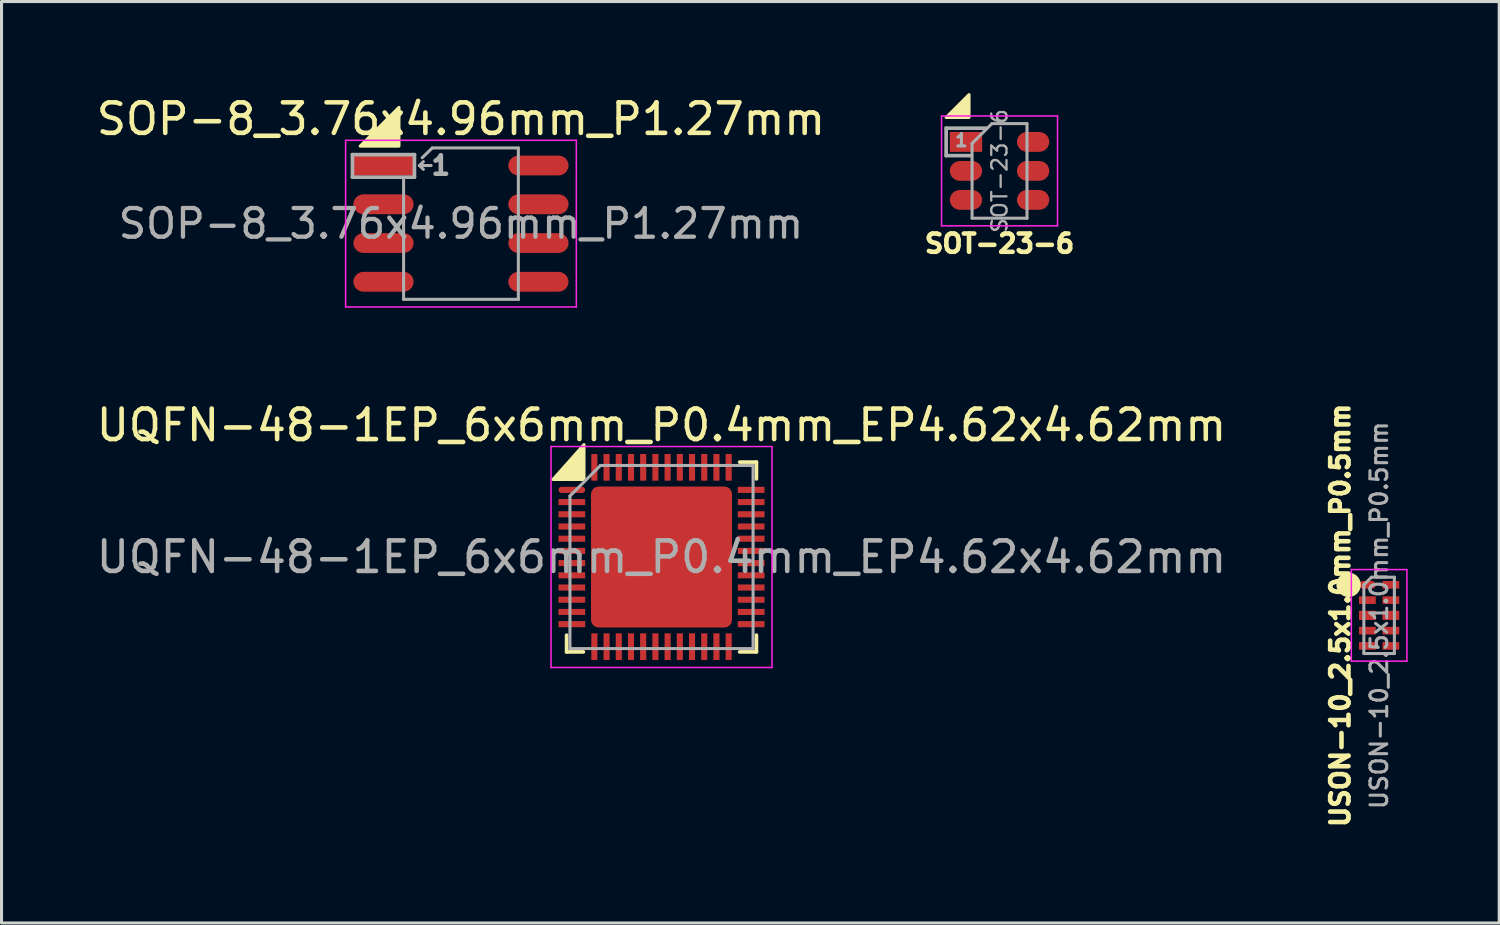
<source format=kicad_pcb>
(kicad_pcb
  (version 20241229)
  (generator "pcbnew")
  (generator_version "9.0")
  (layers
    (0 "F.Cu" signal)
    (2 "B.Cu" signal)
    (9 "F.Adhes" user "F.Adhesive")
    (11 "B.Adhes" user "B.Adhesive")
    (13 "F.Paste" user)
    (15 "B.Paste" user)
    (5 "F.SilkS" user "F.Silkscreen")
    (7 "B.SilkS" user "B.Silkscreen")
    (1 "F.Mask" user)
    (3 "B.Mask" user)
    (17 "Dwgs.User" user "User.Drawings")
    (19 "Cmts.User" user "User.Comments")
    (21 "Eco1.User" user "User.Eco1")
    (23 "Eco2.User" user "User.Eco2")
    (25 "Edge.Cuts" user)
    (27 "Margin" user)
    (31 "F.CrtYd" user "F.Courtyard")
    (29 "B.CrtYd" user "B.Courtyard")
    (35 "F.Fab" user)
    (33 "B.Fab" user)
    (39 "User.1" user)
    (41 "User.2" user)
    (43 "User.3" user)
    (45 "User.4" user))
  (footprint "UQFN-48-1EP_6x6mm_P0.4mm_EP4.62x4.62mm"
    (layer "F.Cu")
    (at 18.625 15.201)
    (property "Reference" "UQFN-48-1EP_6x6mm_P0.4mm_EP4.62x4.62mm" (at 0 -4.32 0) (layer "F.SilkS") (effects (font (size 1 1) (thickness 0.15))))
    (attr smd)
    (fp_line (start -3.11 3.11) (end -3.11 2.56) (stroke (width 0.12) (type solid)) (layer "F.SilkS"))
    (fp_line (start -2.56 3.11) (end -3.11 3.11) (stroke (width 0.12) (type solid)) (layer "F.SilkS"))
    (fp_line (start 2.56 -3.11) (end 3.11 -3.11) (stroke (width 0.12) (type solid)) (layer "F.SilkS"))
    (fp_line (start 2.56 3.11) (end 3.11 3.11) (stroke (width 0.12) (type solid)) (layer "F.SilkS"))
    (fp_line (start 3.11 -3.11) (end 3.11 -2.56) (stroke (width 0.12) (type solid)) (layer "F.SilkS"))
    (fp_line (start 3.11 3.11) (end 3.11 2.56) (stroke (width 0.12) (type solid)) (layer "F.SilkS"))
    (fp_poly (pts (xy -3.556 -2.54) (xy -2.54 -2.54) (xy -2.54 -3.683)) (stroke (width 0.1) (type solid)) (fill yes) (layer "F.SilkS"))
    (fp_line (start -3.62 -3.62) (end -3.62 3.62) (stroke (width 0.05) (type solid)) (layer "F.CrtYd"))
    (fp_line (start -3.62 3.62) (end 3.62 3.62) (stroke (width 0.05) (type solid)) (layer "F.CrtYd"))
    (fp_line (start 3.62 -3.62) (end -3.62 -3.62) (stroke (width 0.05) (type solid)) (layer "F.CrtYd"))
    (fp_line (start 3.62 3.62) (end 3.62 -3.62) (stroke (width 0.05) (type solid)) (layer "F.CrtYd"))
    (fp_line (start -3 -2) (end -2 -3) (stroke (width 0.1) (type solid)) (layer "F.Fab"))
    (fp_line (start -3 3) (end -3 -2) (stroke (width 0.1) (type solid)) (layer "F.Fab"))
    (fp_line (start -2 -3) (end 3 -3) (stroke (width 0.1) (type solid)) (layer "F.Fab"))
    (fp_line (start 3 -3) (end 3 3) (stroke (width 0.1) (type solid)) (layer "F.Fab"))
    (fp_line (start 3 3) (end -3 3) (stroke (width 0.1) (type solid)) (layer "F.Fab"))
    (fp_text user "${REFERENCE}" (at 0 0 0) (layer "F.Fab") (effects (font (size 1 1) (thickness 0.15))))
    (pad "" smd roundrect (at -1.155 -1.155) (size 1.86 1.86) (layers "F.Paste") (roundrect_rratio 0.134))
    (pad "" smd roundrect (at -1.155 1.155) (size 1.86 1.86) (layers "F.Paste") (roundrect_rratio 0.134))
    (pad "" smd roundrect (at 1.155 -1.155) (size 1.86 1.86) (layers "F.Paste") (roundrect_rratio 0.134))
    (pad "" smd roundrect (at 1.155 1.155) (size 1.86 1.86) (layers "F.Paste") (roundrect_rratio 0.134))
    (pad "1" smd roundrect (at -2.938 -2.2) (size 0.875 0.2) (layers "F.Cu" "F.Mask" "F.Paste") (roundrect_rratio 0.5))
    (pad "2" smd rect (at -2.938 -1.8) (size 0.875 0.2) (layers "F.Cu" "F.Mask" "F.Paste"))
    (pad "3" smd rect (at -2.938 -1.4) (size 0.875 0.2) (layers "F.Cu" "F.Mask" "F.Paste"))
    (pad "4" smd rect (at -2.938 -1) (size 0.875 0.2) (layers "F.Cu" "F.Mask" "F.Paste"))
    (pad "5" smd rect (at -2.938 -0.6) (size 0.875 0.2) (layers "F.Cu" "F.Mask" "F.Paste"))
    (pad "6" smd rect (at -2.938 -0.2) (size 0.875 0.2) (layers "F.Cu" "F.Mask" "F.Paste"))
    (pad "7" smd rect (at -2.938 0.2) (size 0.875 0.2) (layers "F.Cu" "F.Mask" "F.Paste"))
    (pad "8" smd rect (at -2.938 0.6) (size 0.875 0.2) (layers "F.Cu" "F.Mask" "F.Paste"))
    (pad "9" smd rect (at -2.938 1) (size 0.875 0.2) (layers "F.Cu" "F.Mask" "F.Paste"))
    (pad "10" smd rect (at -2.938 1.4) (size 0.875 0.2) (layers "F.Cu" "F.Mask" "F.Paste"))
    (pad "11" smd rect (at -2.938 1.8) (size 0.875 0.2) (layers "F.Cu" "F.Mask" "F.Paste"))
    (pad "12" smd rect (at -2.938 2.2) (size 0.875 0.2) (layers "F.Cu" "F.Mask" "F.Paste"))
    (pad "13" smd rect (at -2.2 2.938) (size 0.2 0.875) (layers "F.Cu" "F.Mask" "F.Paste"))
    (pad "14" smd rect (at -1.8 2.938) (size 0.2 0.875) (layers "F.Cu" "F.Mask" "F.Paste"))
    (pad "15" smd rect (at -1.4 2.938) (size 0.2 0.875) (layers "F.Cu" "F.Mask" "F.Paste"))
    (pad "16" smd rect (at -1 2.938) (size 0.2 0.875) (layers "F.Cu" "F.Mask" "F.Paste"))
    (pad "17" smd rect (at -0.6 2.938) (size 0.2 0.875) (layers "F.Cu" "F.Mask" "F.Paste"))
    (pad "18" smd rect (at -0.2 2.938) (size 0.2 0.875) (layers "F.Cu" "F.Mask" "F.Paste"))
    (pad "19" smd rect (at 0.2 2.938) (size 0.2 0.875) (layers "F.Cu" "F.Mask" "F.Paste"))
    (pad "20" smd rect (at 0.6 2.938) (size 0.2 0.875) (layers "F.Cu" "F.Mask" "F.Paste"))
    (pad "21" smd rect (at 1 2.938) (size 0.2 0.875) (layers "F.Cu" "F.Mask" "F.Paste"))
    (pad "22" smd rect (at 1.4 2.938) (size 0.2 0.875) (layers "F.Cu" "F.Mask" "F.Paste"))
    (pad "23" smd rect (at 1.8 2.938) (size 0.2 0.875) (layers "F.Cu" "F.Mask" "F.Paste"))
    (pad "24" smd rect (at 2.2 2.938) (size 0.2 0.875) (layers "F.Cu" "F.Mask" "F.Paste"))
    (pad "25" smd rect (at 2.938 2.2) (size 0.875 0.2) (layers "F.Cu" "F.Mask" "F.Paste"))
    (pad "26" smd rect (at 2.938 1.8) (size 0.875 0.2) (layers "F.Cu" "F.Mask" "F.Paste"))
    (pad "27" smd rect (at 2.938 1.4) (size 0.875 0.2) (layers "F.Cu" "F.Mask" "F.Paste"))
    (pad "28" smd rect (at 2.938 1) (size 0.875 0.2) (layers "F.Cu" "F.Mask" "F.Paste"))
    (pad "29" smd rect (at 2.938 0.6) (size 0.875 0.2) (layers "F.Cu" "F.Mask" "F.Paste"))
    (pad "30" smd rect (at 2.938 0.2) (size 0.875 0.2) (layers "F.Cu" "F.Mask" "F.Paste"))
    (pad "31" smd rect (at 2.938 -0.2) (size 0.875 0.2) (layers "F.Cu" "F.Mask" "F.Paste"))
    (pad "32" smd rect (at 2.938 -0.6) (size 0.875 0.2) (layers "F.Cu" "F.Mask" "F.Paste"))
    (pad "33" smd rect (at 2.938 -1) (size 0.875 0.2) (layers "F.Cu" "F.Mask" "F.Paste"))
    (pad "34" smd rect (at 2.938 -1.4) (size 0.875 0.2) (layers "F.Cu" "F.Mask" "F.Paste"))
    (pad "35" smd rect (at 2.938 -1.8) (size 0.875 0.2) (layers "F.Cu" "F.Mask" "F.Paste"))
    (pad "36" smd rect (at 2.938 -2.2) (size 0.875 0.2) (layers "F.Cu" "F.Mask" "F.Paste"))
    (pad "37" smd rect (at 2.2 -2.938) (size 0.2 0.875) (layers "F.Cu" "F.Mask" "F.Paste"))
    (pad "38" smd rect (at 1.8 -2.938) (size 0.2 0.875) (layers "F.Cu" "F.Mask" "F.Paste"))
    (pad "39" smd rect (at 1.4 -2.938) (size 0.2 0.875) (layers "F.Cu" "F.Mask" "F.Paste"))
    (pad "40" smd rect (at 1 -2.938) (size 0.2 0.875) (layers "F.Cu" "F.Mask" "F.Paste"))
    (pad "41" smd rect (at 0.6 -2.938) (size 0.2 0.875) (layers "F.Cu" "F.Mask" "F.Paste"))
    (pad "42" smd rect (at 0.2 -2.938) (size 0.2 0.875) (layers "F.Cu" "F.Mask" "F.Paste"))
    (pad "43" smd rect (at -0.2 -2.938) (size 0.2 0.875) (layers "F.Cu" "F.Mask" "F.Paste"))
    (pad "44" smd rect (at -0.6 -2.938) (size 0.2 0.875) (layers "F.Cu" "F.Mask" "F.Paste"))
    (pad "45" smd rect (at -1 -2.938) (size 0.2 0.875) (layers "F.Cu" "F.Mask" "F.Paste"))
    (pad "46" smd rect (at -1.4 -2.938) (size 0.2 0.875) (layers "F.Cu" "F.Mask" "F.Paste"))
    (pad "47" smd rect (at -1.8 -2.938) (size 0.2 0.875) (layers "F.Cu" "F.Mask" "F.Paste"))
    (pad "48" smd rect (at -2.2 -2.938) (size 0.2 0.875) (layers "F.Cu" "F.Mask" "F.Paste"))
    (pad "49" smd roundrect (at 0 0) (size 4.62 4.62) (layers "F.Cu" "F.Mask") (roundrect_rratio 0.054)))
  (footprint "SOT-23-6"
    (layer "F.Cu")
    (at 29.701 2.55)
    (property "Reference" "SOT-23-6" (at 0 2.381 0) (layer "F.SilkS") (effects (font (size 0.6 0.6) (thickness 0.15))))
    (attr smd)
    (fp_poly (pts (xy -1.75 -1.75) (xy -1 -1.75) (xy -1 -2.5)) (stroke (width 0.1) (type solid)) (fill yes) (layer "F.SilkS"))
    (fp_line (start -1.9 -1.8) (end -1.9 1.8) (stroke (width 0.05) (type solid)) (layer "F.CrtYd"))
    (fp_line (start -1.9 1.8) (end 1.9 1.8) (stroke (width 0.05) (type solid)) (layer "F.CrtYd"))
    (fp_line (start 1.9 -1.8) (end -1.9 -1.8) (stroke (width 0.05) (type solid)) (layer "F.CrtYd"))
    (fp_line (start 1.9 1.8) (end 1.9 -1.8) (stroke (width 0.05) (type solid)) (layer "F.CrtYd"))
    (fp_line (start -1.75 -1.4) (end -1.75 -0.5) (stroke (width 0.12) (type solid)) (layer "F.Fab"))
    (fp_line (start -1.75 -0.5) (end -0.925 -0.5) (stroke (width 0.12) (type solid)) (layer "F.Fab"))
    (fp_line (start -0.9 -0.9) (end -0.9 1.55) (stroke (width 0.1) (type solid)) (layer "F.Fab"))
    (fp_line (start -0.9 -0.9) (end -0.25 -1.55) (stroke (width 0.1) (type solid)) (layer "F.Fab"))
    (fp_line (start -0.425 -1.4) (end -1.75 -1.4) (stroke (width 0.12) (type solid)) (layer "F.Fab"))
    (fp_line (start 0.9 -1.55) (end -0.25 -1.55) (stroke (width 0.1) (type solid)) (layer "F.Fab"))
    (fp_line (start 0.9 -1.55) (end 0.9 1.55) (stroke (width 0.1) (type solid)) (layer "F.Fab"))
    (fp_line (start 0.9 1.55) (end -0.9 1.55) (stroke (width 0.1) (type solid)) (layer "F.Fab"))
    (fp_text user "1" (at -1.25 -1 180) (layer "F.Fab") (effects (font (size 0.4 0.4) (thickness 0.1))))
    (fp_text user "${REFERENCE}" (at 0 0 90) (layer "F.Fab") (effects (font (size 0.5 0.5) (thickness 0.075))))
    (pad "1" smd rect (at -1.1 -0.95) (size 1.06 0.65) (layers "F.Cu" "F.Mask" "F.Paste"))
    (pad "2" smd roundrect (at -1.1 0) (size 1.06 0.65) (layers "F.Cu" "F.Mask" "F.Paste") (roundrect_rratio 0.5))
    (pad "3" smd roundrect (at -1.1 0.95) (size 1.06 0.65) (layers "F.Cu" "F.Mask" "F.Paste") (roundrect_rratio 0.5))
    (pad "4" smd roundrect (at 1.1 0.95) (size 1.06 0.65) (layers "F.Cu" "F.Mask" "F.Paste") (roundrect_rratio 0.5))
    (pad "5" smd roundrect (at 1.1 0) (size 1.06 0.65) (layers "F.Cu" "F.Mask" "F.Paste") (roundrect_rratio 0.5))
    (pad "6" smd roundrect (at 1.1 -0.95) (size 1.06 0.65) (layers "F.Cu" "F.Mask" "F.Paste") (roundrect_rratio 0.5)))
  (footprint "SOP-8_3.76x4.96mm_P1.27mm"
    (layer "F.Cu")
    (at 12.054 4.278)
    (property "Reference" "SOP-8_3.76x4.96mm_P1.27mm" (at 0 -3.43 0) (layer "F.SilkS") (effects (font (size 1 1) (thickness 0.15))))
    (attr smd)
    (fp_poly (pts (xy -3.302 -2.54) (xy -2.032 -2.54) (xy -2.032 -3.81)) (stroke (width 0.1) (type solid)) (fill yes) (layer "F.SilkS"))
    (fp_line (start -3.78 -2.73) (end -3.78 2.73) (stroke (width 0.05) (type solid)) (layer "F.CrtYd"))
    (fp_line (start -3.78 2.73) (end 3.78 2.73) (stroke (width 0.05) (type solid)) (layer "F.CrtYd"))
    (fp_line (start 3.78 -2.73) (end -3.78 -2.73) (stroke (width 0.05) (type solid)) (layer "F.CrtYd"))
    (fp_line (start 3.78 2.73) (end 3.78 -2.73) (stroke (width 0.05) (type solid)) (layer "F.CrtYd"))
    (fp_line (start -3.556 -2.261) (end -1.524 -2.261) (stroke (width 0.12) (type solid)) (layer "F.Fab"))
    (fp_line (start -3.556 -1.524) (end -3.556 -2.261) (stroke (width 0.12) (type solid)) (layer "F.Fab"))
    (fp_line (start -1.88 2.48) (end -1.88 -1.499) (stroke (width 0.1) (type solid)) (layer "F.Fab"))
    (fp_line (start -1.524 -2.261) (end -1.524 -1.524) (stroke (width 0.12) (type solid)) (layer "F.Fab"))
    (fp_line (start -1.524 -1.524) (end -3.556 -1.524) (stroke (width 0.12) (type solid)) (layer "F.Fab"))
    (fp_line (start -1.359 -1.905) (end -1.232 -2.032) (stroke (width 0.1) (type solid)) (layer "F.Fab"))
    (fp_line (start -1.359 -1.905) (end -1.232 -1.778) (stroke (width 0.1) (type solid)) (layer "F.Fab"))
    (fp_line (start -1.27 -2.159) (end -0.94 -2.48) (stroke (width 0.1) (type solid)) (layer "F.Fab"))
    (fp_line (start -0.978 -1.905) (end -1.359 -1.905) (stroke (width 0.1) (type solid)) (layer "F.Fab"))
    (fp_line (start -0.94 -2.48) (end 1.88 -2.48) (stroke (width 0.1) (type solid)) (layer "F.Fab"))
    (fp_line (start 1.88 -2.48) (end 1.88 2.48) (stroke (width 0.1) (type solid)) (layer "F.Fab"))
    (fp_line (start 1.88 2.48) (end -1.88 2.48) (stroke (width 0.1) (type solid)) (layer "F.Fab"))
    (fp_text user "1" (at -0.66 -1.905 0) (layer "F.Fab") (effects (font (size 0.6 0.6) (thickness 0.15))))
    (fp_text user "${REFERENCE}" (at 0 0 0) (layer "F.Fab") (effects (font (size 0.94 0.94) (thickness 0.14))))
    (pad "1" smd trapezoid (at -2.538 -1.905) (size 1.975 0.65) (layers "F.Cu" "F.Mask" "F.Paste"))
    (pad "2" smd roundrect (at -2.538 -0.635) (size 1.975 0.65) (layers "F.Cu" "F.Mask" "F.Paste") (roundrect_rratio 0.5))
    (pad "3" smd roundrect (at -2.538 0.635) (size 1.975 0.65) (layers "F.Cu" "F.Mask" "F.Paste") (roundrect_rratio 0.5))
    (pad "4" smd roundrect (at -2.538 1.905) (size 1.975 0.65) (layers "F.Cu" "F.Mask" "F.Paste") (roundrect_rratio 0.5))
    (pad "5" smd roundrect (at 2.538 1.905) (size 1.975 0.65) (layers "F.Cu" "F.Mask" "F.Paste") (roundrect_rratio 0.5))
    (pad "6" smd roundrect (at 2.538 0.635) (size 1.975 0.65) (layers "F.Cu" "F.Mask" "F.Paste") (roundrect_rratio 0.5))
    (pad "7" smd roundrect (at 2.538 -0.635) (size 1.975 0.65) (layers "F.Cu" "F.Mask" "F.Paste") (roundrect_rratio 0.5))
    (pad "8" smd roundrect (at 2.538 -1.905) (size 1.975 0.65) (layers "F.Cu" "F.Mask" "F.Paste") (roundrect_rratio 0.5)))
  (footprint "USON-10_2.5x1.0mm_P0.5mm"
    (layer "F.Cu")
    (at 42.138 17.113)
    (property "Reference" "USON-10_2.5x1.0mm_P0.5mm" (at -1.274 0 90) (layer "F.SilkS") (effects (font (size 0.6 0.6) (thickness 0.15))))
    (attr smd)
    (fp_circle (center -1 -1) (end -1 -1) (stroke (width 0.4) (type solid)) (fill no) (layer "F.SilkS"))
    (fp_line (start -0.91 -1.5) (end 0.91 -1.5) (stroke (width 0.05) (type solid)) (layer "F.CrtYd"))
    (fp_line (start -0.91 1.5) (end -0.91 -1.5) (stroke (width 0.05) (type solid)) (layer "F.CrtYd"))
    (fp_line (start 0.91 -1.5) (end 0.91 1.5) (stroke (width 0.05) (type solid)) (layer "F.CrtYd"))
    (fp_line (start 0.91 1.5) (end -0.91 1.5) (stroke (width 0.05) (type solid)) (layer "F.CrtYd"))
    (fp_line (start -0.5 -1) (end -0.5 1.25) (stroke (width 0.1) (type solid)) (layer "F.Fab"))
    (fp_line (start -0.5 1.25) (end 0.5 1.25) (stroke (width 0.1) (type solid)) (layer "F.Fab"))
    (fp_line (start -0.25 -1.25) (end -0.5 -1) (stroke (width 0.1) (type solid)) (layer "F.Fab"))
    (fp_line (start 0.5 -1.25) (end -0.25 -1.25) (stroke (width 0.1) (type solid)) (layer "F.Fab"))
    (fp_line (start 0.5 -1.25) (end 0.5 1.25) (stroke (width 0.1) (type solid)) (layer "F.Fab"))
    (fp_text user "${REFERENCE}" (at 0 0 90) (layer "F.Fab") (effects (font (size 0.55 0.55) (thickness 0.1))))
    (pad "1" smd roundrect (at -0.385 -1 270) (size 0.25 0.55) (layers "F.Cu" "F.Mask" "F.Paste") (roundrect_rratio 0.5))
    (pad "2" smd rect (at -0.385 -0.5 270) (size 0.25 0.55) (layers "F.Cu" "F.Mask" "F.Paste"))
    (pad "3" smd rect (at -0.385 0 270) (size 0.3 0.55) (layers "F.Cu" "F.Mask" "F.Paste"))
    (pad "4" smd rect (at -0.385 0.5 270) (size 0.25 0.55) (layers "F.Cu" "F.Mask" "F.Paste"))
    (pad "5" smd rect (at -0.385 1 270) (size 0.25 0.55) (layers "F.Cu" "F.Mask" "F.Paste"))
    (pad "6" smd rect (at 0.385 1 270) (size 0.25 0.55) (layers "F.Cu" "F.Mask" "F.Paste"))
    (pad "7" smd rect (at 0.385 0.5 270) (size 0.25 0.55) (layers "F.Cu" "F.Mask" "F.Paste"))
    (pad "8" smd rect (at 0.385 0 270) (size 0.3 0.55) (layers "F.Cu" "F.Mask" "F.Paste"))
    (pad "9" smd rect (at 0.385 -0.5 270) (size 0.25 0.55) (layers "F.Cu" "F.Mask" "F.Paste"))
    (pad "10" smd rect (at 0.385 -1 270) (size 0.25 0.55) (layers "F.Cu" "F.Mask" "F.Paste")))
  (gr_rect
    (start -3 -3)
    (end 46.073 27.192)
    (stroke (width 0.1) (type default))
    (fill no)
    (layer "Edge.Cuts")))
</source>
